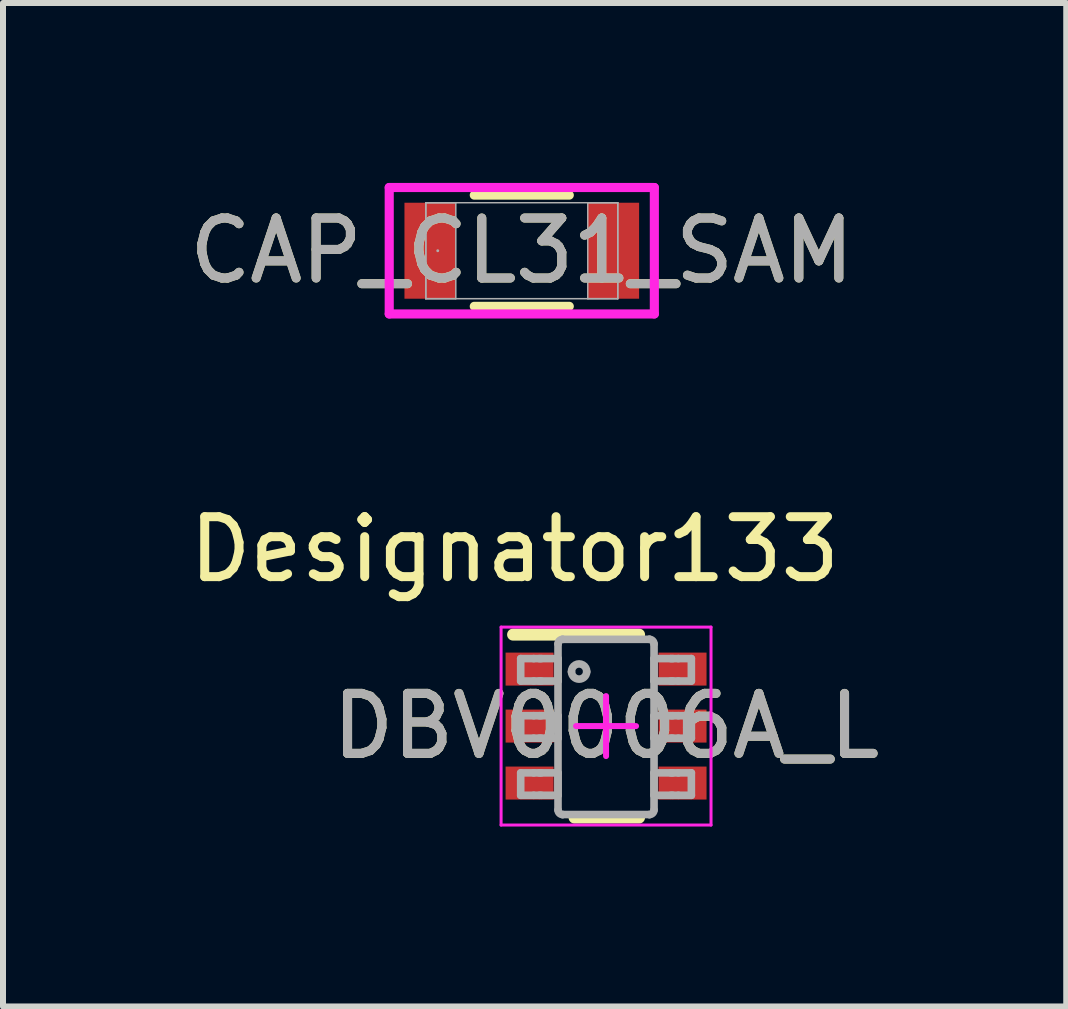
<source format=kicad_pcb>
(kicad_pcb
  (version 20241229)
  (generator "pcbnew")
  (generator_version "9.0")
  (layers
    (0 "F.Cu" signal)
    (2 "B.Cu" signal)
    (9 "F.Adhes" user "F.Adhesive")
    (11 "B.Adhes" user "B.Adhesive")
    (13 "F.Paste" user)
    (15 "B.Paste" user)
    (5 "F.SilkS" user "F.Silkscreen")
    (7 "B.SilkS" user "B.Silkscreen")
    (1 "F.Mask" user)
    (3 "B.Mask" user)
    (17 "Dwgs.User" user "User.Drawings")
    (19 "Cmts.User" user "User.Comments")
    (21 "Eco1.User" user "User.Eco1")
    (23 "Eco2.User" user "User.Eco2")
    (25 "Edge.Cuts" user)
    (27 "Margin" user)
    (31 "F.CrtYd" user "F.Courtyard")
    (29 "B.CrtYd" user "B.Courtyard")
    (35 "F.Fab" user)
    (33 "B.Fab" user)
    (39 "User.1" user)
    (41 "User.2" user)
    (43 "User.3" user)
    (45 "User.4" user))
  (footprint "DBV0006A_L"
    (layer "F.Cu")
    (at 7.054 9.055)
    (property "Reference" "DBV0006A_L" (at 0 0 0) (unlocked yes) (layer "F.SilkS") (effects (font (size 1 1) (thickness 0.15))))
    (attr smd)
    (fp_line (start -1.55 -1.525) (end 0.55 -1.525) (stroke (width 0.2) (type solid)) (layer "F.SilkS"))
    (fp_line (start -0.525 1.525) (end 0.55 1.525) (stroke (width 0.2) (type solid)) (layer "F.SilkS"))
    (fp_line (start -1.75 -1.65) (end 1.75 -1.65) (stroke (width 0.05) (type solid)) (layer "F.CrtYd"))
    (fp_line (start -1.75 1.65) (end -1.75 -1.65) (stroke (width 0.05) (type solid)) (layer "F.CrtYd"))
    (fp_line (start -1.75 1.65) (end 1.75 1.65) (stroke (width 0.05) (type solid)) (layer "F.CrtYd"))
    (fp_line (start -0.5 0) (end 0.5 0) (stroke (width 0.1) (type solid)) (layer "F.CrtYd"))
    (fp_line (start 0 0.5) (end 0 -0.5) (stroke (width 0.1) (type solid)) (layer "F.CrtYd"))
    (fp_line (start 1.75 1.65) (end 1.75 -1.65) (stroke (width 0.05) (type solid)) (layer "F.CrtYd"))
    (fp_line (start -1.423 -1.125) (end -1.206 -1.125) (stroke (width 0.127) (type solid)) (layer "F.Fab"))
    (fp_line (start -1.423 -0.751) (end -1.423 -1.125) (stroke (width 0.127) (type solid)) (layer "F.Fab"))
    (fp_line (start -1.423 -0.751) (end -1.206 -0.751) (stroke (width 0.127) (type solid)) (layer "F.Fab"))
    (fp_line (start -1.423 -0.173) (end -1.206 -0.173) (stroke (width 0.127) (type solid)) (layer "F.Fab"))
    (fp_line (start -1.423 0.202) (end -1.423 -0.173) (stroke (width 0.127) (type solid)) (layer "F.Fab"))
    (fp_line (start -1.423 0.202) (end -1.206 0.202) (stroke (width 0.127) (type solid)) (layer "F.Fab"))
    (fp_line (start -1.423 0.78) (end -1.206 0.78) (stroke (width 0.127) (type solid)) (layer "F.Fab"))
    (fp_line (start -1.423 1.154) (end -1.423 0.78) (stroke (width 0.127) (type solid)) (layer "F.Fab"))
    (fp_line (start -1.423 1.154) (end -1.206 1.154) (stroke (width 0.127) (type solid)) (layer "F.Fab"))
    (fp_line (start -1.206 -1.125) (end -1.113 -1.125) (stroke (width 0.127) (type solid)) (layer "F.Fab"))
    (fp_line (start -1.206 -0.751) (end -1.113 -0.751) (stroke (width 0.127) (type solid)) (layer "F.Fab"))
    (fp_line (start -1.206 -0.173) (end -1.113 -0.173) (stroke (width 0.127) (type solid)) (layer "F.Fab"))
    (fp_line (start -1.206 0.202) (end -1.113 0.202) (stroke (width 0.127) (type solid)) (layer "F.Fab"))
    (fp_line (start -1.206 0.78) (end -1.113 0.78) (stroke (width 0.127) (type solid)) (layer "F.Fab"))
    (fp_line (start -1.206 1.154) (end -1.113 1.154) (stroke (width 0.127) (type solid)) (layer "F.Fab"))
    (fp_line (start -1.113 -1.125) (end -1.081 -1.125) (stroke (width 0.127) (type solid)) (layer "F.Fab"))
    (fp_line (start -1.113 -0.751) (end -1.081 -0.751) (stroke (width 0.127) (type solid)) (layer "F.Fab"))
    (fp_line (start -1.113 -0.173) (end -1.081 -0.173) (stroke (width 0.127) (type solid)) (layer "F.Fab"))
    (fp_line (start -1.113 0.202) (end -1.081 0.202) (stroke (width 0.127) (type solid)) (layer "F.Fab"))
    (fp_line (start -1.113 0.78) (end -1.081 0.78) (stroke (width 0.127) (type solid)) (layer "F.Fab"))
    (fp_line (start -1.113 1.154) (end -1.081 1.154) (stroke (width 0.127) (type solid)) (layer "F.Fab"))
    (fp_line (start -1.081 -1.125) (end -0.828 -1.125) (stroke (width 0.127) (type solid)) (layer "F.Fab"))
    (fp_line (start -1.081 -0.751) (end -0.828 -0.751) (stroke (width 0.127) (type solid)) (layer "F.Fab"))
    (fp_line (start -1.081 -0.173) (end -0.828 -0.173) (stroke (width 0.127) (type solid)) (layer "F.Fab"))
    (fp_line (start -1.081 0.202) (end -0.828 0.202) (stroke (width 0.127) (type solid)) (layer "F.Fab"))
    (fp_line (start -1.081 0.78) (end -0.828 0.78) (stroke (width 0.127) (type solid)) (layer "F.Fab"))
    (fp_line (start -1.081 1.154) (end -0.828 1.154) (stroke (width 0.127) (type solid)) (layer "F.Fab"))
    (fp_line (start -0.828 -1.125) (end -0.801 -1.125) (stroke (width 0.127) (type solid)) (layer "F.Fab"))
    (fp_line (start -0.828 -0.751) (end -0.801 -0.751) (stroke (width 0.127) (type solid)) (layer "F.Fab"))
    (fp_line (start -0.828 -0.173) (end -0.801 -0.173) (stroke (width 0.127) (type solid)) (layer "F.Fab"))
    (fp_line (start -0.828 0.202) (end -0.801 0.202) (stroke (width 0.127) (type solid)) (layer "F.Fab"))
    (fp_line (start -0.828 0.78) (end -0.801 0.78) (stroke (width 0.127) (type solid)) (layer "F.Fab"))
    (fp_line (start -0.828 1.154) (end -0.801 1.154) (stroke (width 0.127) (type solid)) (layer "F.Fab"))
    (fp_line (start -0.801 -0.751) (end -0.801 -1.125) (stroke (width 0.127) (type solid)) (layer "F.Fab"))
    (fp_line (start -0.801 0.202) (end -0.801 -0.173) (stroke (width 0.127) (type solid)) (layer "F.Fab"))
    (fp_line (start -0.801 1.154) (end -0.801 0.78) (stroke (width 0.127) (type solid)) (layer "F.Fab"))
    (fp_line (start -0.801 1.399) (end -0.801 -1.37) (stroke (width 0.127) (type solid)) (layer "F.Fab"))
    (fp_line (start -0.725 -1.446) (end -0.724 -1.446) (stroke (width 0.127) (type solid)) (layer "F.Fab"))
    (fp_line (start -0.725 1.475) (end -0.724 1.475) (stroke (width 0.127) (type solid)) (layer "F.Fab"))
    (fp_line (start -0.724 -1.446) (end 0.723 -1.446) (stroke (width 0.127) (type solid)) (layer "F.Fab"))
    (fp_line (start -0.724 1.475) (end 0.723 1.475) (stroke (width 0.127) (type solid)) (layer "F.Fab"))
    (fp_line (start 0.723 -1.446) (end 0.724 -1.446) (stroke (width 0.127) (type solid)) (layer "F.Fab"))
    (fp_line (start 0.723 1.475) (end 0.724 1.475) (stroke (width 0.127) (type solid)) (layer "F.Fab"))
    (fp_line (start 0.8 -1.125) (end 0.827 -1.125) (stroke (width 0.127) (type solid)) (layer "F.Fab"))
    (fp_line (start 0.8 -0.751) (end 0.8 -1.125) (stroke (width 0.127) (type solid)) (layer "F.Fab"))
    (fp_line (start 0.8 -0.751) (end 0.827 -0.751) (stroke (width 0.127) (type solid)) (layer "F.Fab"))
    (fp_line (start 0.8 -0.173) (end 0.827 -0.173) (stroke (width 0.127) (type solid)) (layer "F.Fab"))
    (fp_line (start 0.8 0.202) (end 0.8 -0.173) (stroke (width 0.127) (type solid)) (layer "F.Fab"))
    (fp_line (start 0.8 0.202) (end 0.827 0.202) (stroke (width 0.127) (type solid)) (layer "F.Fab"))
    (fp_line (start 0.8 0.78) (end 0.827 0.78) (stroke (width 0.127) (type solid)) (layer "F.Fab"))
    (fp_line (start 0.8 1.154) (end 0.8 0.78) (stroke (width 0.127) (type solid)) (layer "F.Fab"))
    (fp_line (start 0.8 1.154) (end 0.827 1.154) (stroke (width 0.127) (type solid)) (layer "F.Fab"))
    (fp_line (start 0.8 1.399) (end 0.8 -1.37) (stroke (width 0.127) (type solid)) (layer "F.Fab"))
    (fp_line (start 0.827 -1.125) (end 1.08 -1.125) (stroke (width 0.127) (type solid)) (layer "F.Fab"))
    (fp_line (start 0.827 -0.751) (end 1.08 -0.751) (stroke (width 0.127) (type solid)) (layer "F.Fab"))
    (fp_line (start 0.827 -0.173) (end 1.08 -0.173) (stroke (width 0.127) (type solid)) (layer "F.Fab"))
    (fp_line (start 0.827 0.202) (end 1.08 0.202) (stroke (width 0.127) (type solid)) (layer "F.Fab"))
    (fp_line (start 0.827 0.78) (end 1.08 0.78) (stroke (width 0.127) (type solid)) (layer "F.Fab"))
    (fp_line (start 0.827 1.154) (end 1.08 1.154) (stroke (width 0.127) (type solid)) (layer "F.Fab"))
    (fp_line (start 1.08 -1.125) (end 1.112 -1.125) (stroke (width 0.127) (type solid)) (layer "F.Fab"))
    (fp_line (start 1.08 -0.751) (end 1.112 -0.751) (stroke (width 0.127) (type solid)) (layer "F.Fab"))
    (fp_line (start 1.08 -0.173) (end 1.112 -0.173) (stroke (width 0.127) (type solid)) (layer "F.Fab"))
    (fp_line (start 1.08 0.202) (end 1.112 0.202) (stroke (width 0.127) (type solid)) (layer "F.Fab"))
    (fp_line (start 1.08 0.78) (end 1.112 0.78) (stroke (width 0.127) (type solid)) (layer "F.Fab"))
    (fp_line (start 1.08 1.154) (end 1.112 1.154) (stroke (width 0.127) (type solid)) (layer "F.Fab"))
    (fp_line (start 1.112 -1.125) (end 1.205 -1.125) (stroke (width 0.127) (type solid)) (layer "F.Fab"))
    (fp_line (start 1.112 -0.751) (end 1.205 -0.751) (stroke (width 0.127) (type solid)) (layer "F.Fab"))
    (fp_line (start 1.112 -0.173) (end 1.205 -0.173) (stroke (width 0.127) (type solid)) (layer "F.Fab"))
    (fp_line (start 1.112 0.202) (end 1.205 0.202) (stroke (width 0.127) (type solid)) (layer "F.Fab"))
    (fp_line (start 1.112 0.78) (end 1.205 0.78) (stroke (width 0.127) (type solid)) (layer "F.Fab"))
    (fp_line (start 1.112 1.154) (end 1.205 1.154) (stroke (width 0.127) (type solid)) (layer "F.Fab"))
    (fp_line (start 1.205 -1.125) (end 1.422 -1.125) (stroke (width 0.127) (type solid)) (layer "F.Fab"))
    (fp_line (start 1.205 -0.751) (end 1.422 -0.751) (stroke (width 0.127) (type solid)) (layer "F.Fab"))
    (fp_line (start 1.205 -0.173) (end 1.422 -0.173) (stroke (width 0.127) (type solid)) (layer "F.Fab"))
    (fp_line (start 1.205 0.202) (end 1.422 0.202) (stroke (width 0.127) (type solid)) (layer "F.Fab"))
    (fp_line (start 1.205 0.78) (end 1.422 0.78) (stroke (width 0.127) (type solid)) (layer "F.Fab"))
    (fp_line (start 1.205 1.154) (end 1.422 1.154) (stroke (width 0.127) (type solid)) (layer "F.Fab"))
    (fp_line (start 1.422 -0.751) (end 1.422 -1.125) (stroke (width 0.127) (type solid)) (layer "F.Fab"))
    (fp_line (start 1.422 0.202) (end 1.422 -0.173) (stroke (width 0.127) (type solid)) (layer "F.Fab"))
    (fp_line (start 1.422 1.154) (end 1.422 0.78) (stroke (width 0.127) (type solid)) (layer "F.Fab"))
    (fp_arc (start -0.800692 -1.369901) (mid -0.778512 -1.423533) (end -0.724999 -1.446) (stroke (width 0.127) (type solid)) (layer "F.Fab"))
    (fp_arc (start -0.724999 1.475002) (mid -0.778507 1.452548) (end -0.800692 1.398928) (stroke (width 0.127) (type solid)) (layer "F.Fab"))
    (fp_arc (start -0.576537 -0.906071) (mid -0.449562 -1.033046) (end -0.322588 -0.906071) (stroke (width 0.127) (type solid)) (layer "F.Fab"))
    (fp_arc (start -0.322588 -0.906071) (mid -0.449562 -0.779097) (end -0.576537 -0.906071) (stroke (width 0.127) (type solid)) (layer "F.Fab"))
    (fp_arc (start 0.723841 -1.446) (mid 0.777341 -1.423528) (end 0.799508 -1.369901) (stroke (width 0.127) (type solid)) (layer "F.Fab"))
    (fp_arc (start 0.799508 1.398928) (mid 0.777336 1.452543) (end 0.723841 1.475002) (stroke (width 0.127) (type solid)) (layer "F.Fab"))
    (fp_text user "Designator133" (at -1.524 -2.946 0) (unlocked yes) (layer "F.SilkS") (effects (font (size 1 1) (thickness 0.15))))
    (fp_text user "${REFERENCE}" (at 0 0 0) (unlocked yes) (layer "F.Fab") (effects (font (size 1 1) (thickness 0.15))))
    (pad "1" smd rect (at -1.275 -0.95 90) (size 0.55 0.8) (layers "F.Cu" "F.Mask" "F.Paste"))
    (pad "2" smd rect (at -1.275 0 90) (size 0.55 0.8) (layers "F.Cu" "F.Mask" "F.Paste"))
    (pad "3" smd rect (at -1.275 0.95 90) (size 0.55 0.8) (layers "F.Cu" "F.Mask" "F.Paste"))
    (pad "4" smd rect (at 1.275 0.95 90) (size 0.55 0.8) (layers "F.Cu" "F.Mask" "F.Paste"))
    (pad "5" smd rect (at 1.275 0 90) (size 0.55 0.8) (layers "F.Cu" "F.Mask" "F.Paste"))
    (pad "6" smd rect (at 1.275 -0.95 90) (size 0.55 0.8) (layers "F.Cu" "F.Mask" "F.Paste")))
  (footprint "CAP_CL31_SAM"
    (layer "F.Cu")
    (at 5.649 1.13)
    (property "Reference" "CAP_CL31_SAM" (at 0 0 0) (unlocked yes) (layer "F.SilkS") (effects (font (size 1 1) (thickness 0.15))))
    (attr smd)
    (fp_line (start -0.792 0.927) (end 0.792 0.927) (stroke (width 0.152) (type solid)) (layer "F.SilkS"))
    (fp_line (start 0.792 -0.927) (end -0.792 -0.927) (stroke (width 0.152) (type solid)) (layer "F.SilkS"))
    (fp_line (start -2.21 -1.054) (end 2.21 -1.054) (stroke (width 0.152) (type solid)) (layer "F.CrtYd"))
    (fp_line (start -2.21 1.054) (end -2.21 -1.054) (stroke (width 0.152) (type solid)) (layer "F.CrtYd"))
    (fp_line (start 2.21 -1.054) (end 2.21 1.054) (stroke (width 0.152) (type solid)) (layer "F.CrtYd"))
    (fp_line (start 2.21 1.054) (end -2.21 1.054) (stroke (width 0.152) (type solid)) (layer "F.CrtYd"))
    (fp_line (start -1.6 -0.8) (end -1.6 0.8) (stroke (width 0.025) (type solid)) (layer "F.Fab"))
    (fp_line (start -1.6 -0.8) (end -1.6 0.8) (stroke (width 0.025) (type solid)) (layer "F.Fab"))
    (fp_line (start -1.6 0.8) (end -1.1 0.8) (stroke (width 0.025) (type solid)) (layer "F.Fab"))
    (fp_line (start -1.6 0.8) (end 1.6 0.8) (stroke (width 0.025) (type solid)) (layer "F.Fab"))
    (fp_line (start -1.1 -0.8) (end -1.6 -0.8) (stroke (width 0.025) (type solid)) (layer "F.Fab"))
    (fp_line (start -1.1 0.8) (end -1.1 -0.8) (stroke (width 0.025) (type solid)) (layer "F.Fab"))
    (fp_line (start 1.1 -0.8) (end 1.1 0.8) (stroke (width 0.025) (type solid)) (layer "F.Fab"))
    (fp_line (start 1.1 0.8) (end 1.6 0.8) (stroke (width 0.025) (type solid)) (layer "F.Fab"))
    (fp_line (start 1.6 -0.8) (end -1.6 -0.8) (stroke (width 0.025) (type solid)) (layer "F.Fab"))
    (fp_line (start 1.6 -0.8) (end 1.1 -0.8) (stroke (width 0.025) (type solid)) (layer "F.Fab"))
    (fp_line (start 1.6 0.8) (end 1.6 -0.8) (stroke (width 0.025) (type solid)) (layer "F.Fab"))
    (fp_line (start 1.6 0.8) (end 1.6 -0.8) (stroke (width 0.025) (type solid)) (layer "F.Fab"))
    (fp_circle (center -1.401 0) (end -1.401 0) (stroke (width 0.025) (type solid)) (fill no) (layer "F.Fab"))
    (fp_text user "${REFERENCE}" (at 0 0 0) (unlocked yes) (layer "F.Fab") (effects (font (size 1 1) (thickness 0.15))))
    (pad "1" smd rect (at -1.528 0) (size 0.856 1.6) (layers "F.Cu" "F.Mask" "F.Paste"))
    (pad "2" smd rect (at 1.528 0) (size 0.856 1.6) (layers "F.Cu" "F.Mask" "F.Paste"))
    (zone (net_name "") (layer "F.Cu") (hatch full 0.508) (connect_pads) (min_thickness 0.254) (filled_areas_thickness no) (keepout (tracks not_allowed) (vias not_allowed) (pads allowed) (copperpour not_allowed) (footprints allowed)) (placement (enabled no)) (fill) (polygon (pts (xy 4.6 0.381) (xy 6.698 0.381) (xy 6.698 1.879) (xy 4.6 1.879)))))
  (gr_rect
    (start -3 -3)
    (end 14.726 13.73)
    (stroke (width 0.1) (type default))
    (fill no)
    (layer "Edge.Cuts")))
</source>
